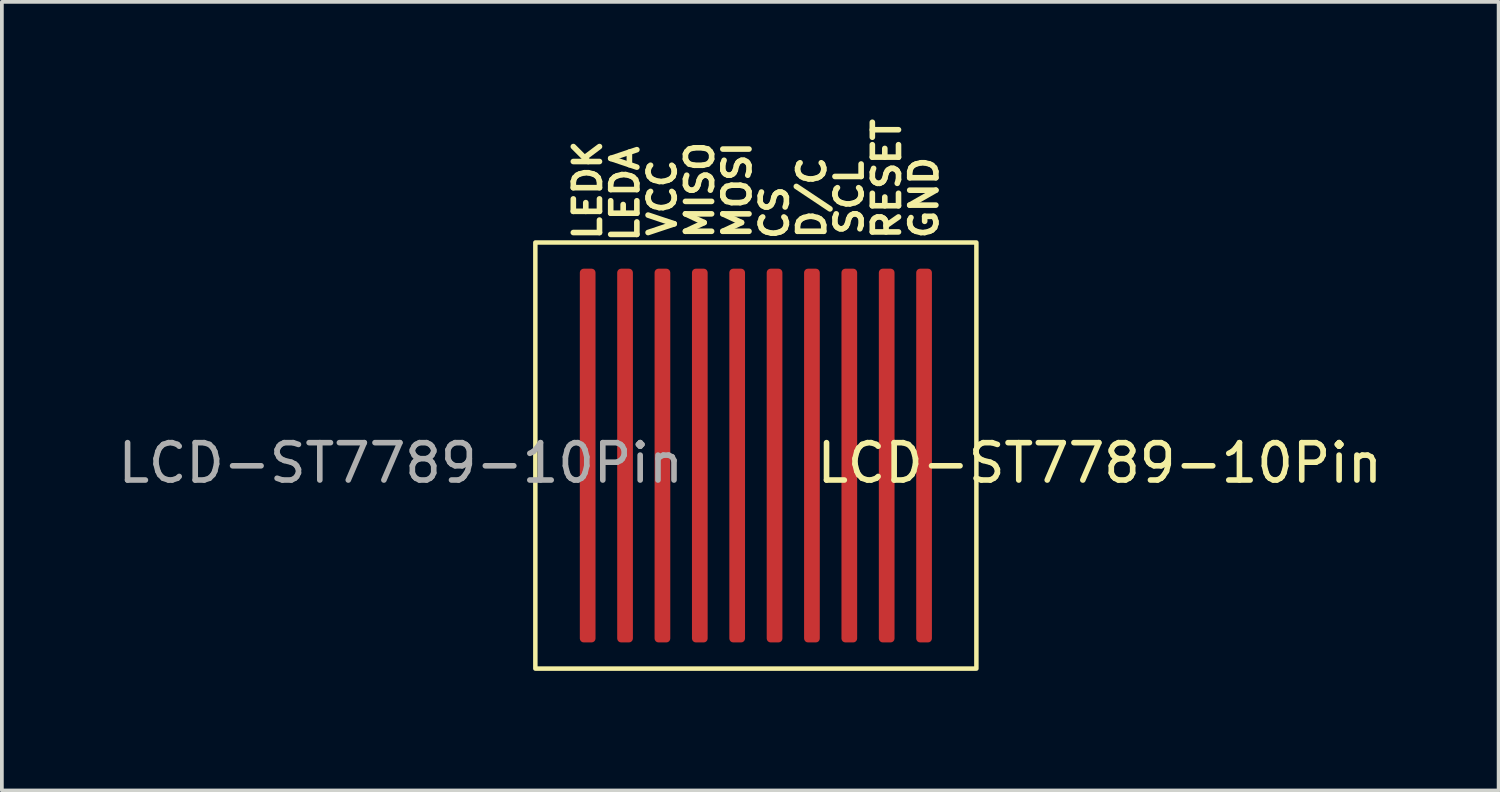
<source format=kicad_pcb>
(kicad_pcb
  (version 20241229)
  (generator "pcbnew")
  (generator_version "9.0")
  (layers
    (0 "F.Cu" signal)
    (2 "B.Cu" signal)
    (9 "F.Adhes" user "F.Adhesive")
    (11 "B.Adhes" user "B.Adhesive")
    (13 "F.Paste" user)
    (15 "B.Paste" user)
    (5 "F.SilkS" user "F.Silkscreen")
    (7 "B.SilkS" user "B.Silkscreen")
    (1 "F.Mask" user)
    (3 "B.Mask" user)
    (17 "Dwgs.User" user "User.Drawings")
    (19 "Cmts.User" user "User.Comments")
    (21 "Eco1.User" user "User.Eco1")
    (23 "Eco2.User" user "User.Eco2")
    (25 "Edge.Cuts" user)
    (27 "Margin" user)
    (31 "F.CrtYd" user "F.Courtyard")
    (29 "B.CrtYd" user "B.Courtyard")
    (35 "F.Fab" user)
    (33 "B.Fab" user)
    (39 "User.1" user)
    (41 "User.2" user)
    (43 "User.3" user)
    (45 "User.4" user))
  (footprint "LCD-ST7789-10Pin"
    (layer "F.Cu")
    (at 17.173 9.438)
    (property "Reference" "LCD-ST7789-10Pin" (at 9.2 -0.1 0) (unlocked yes) (layer "F.SilkS") (effects (font (size 1 1) (thickness 0.15))))
    (attr smd)
    (fp_rect (start -5.9 -6) (end 5.9 5.4) (stroke (width 0.12) (type solid)) (fill no) (layer "F.SilkS"))
    (fp_rect (start -6.1 -6.2) (end 6.1 5.6) (stroke (width 0.12) (type solid)) (fill no) (layer "Margin"))
    (fp_text user "GND" (at 4.5 -7.2 90) (unlocked yes) (layer "F.SilkS") (effects (font (size 0.7 0.7) (thickness 0.15))))
    (fp_text user "LEDA" (at -3.5 -7.3 90) (unlocked yes) (layer "F.SilkS") (effects (font (size 0.7 0.7) (thickness 0.15))))
    (fp_text user "RESET" (at 3.5 -7.7 90) (unlocked yes) (layer "F.SilkS") (effects (font (size 0.7 0.7) (thickness 0.15))))
    (fp_text user "SCL" (at 2.5 -7.2 90) (unlocked yes) (layer "F.SilkS") (effects (font (size 0.7 0.7) (thickness 0.15))))
    (fp_text user "D/C" (at 1.5 -7.2 90) (unlocked yes) (layer "F.SilkS") (effects (font (size 0.7 0.7) (thickness 0.15))))
    (fp_text user "LEDK" (at -4.5 -7.4 90) (unlocked yes) (layer "F.SilkS") (effects (font (size 0.7 0.7) (thickness 0.15))))
    (fp_text user "MISO" (at -1.5 -7.4 90) (unlocked yes) (layer "F.SilkS") (effects (font (size 0.7 0.7) (thickness 0.15))))
    (fp_text user "MOSI" (at -0.5 -7.4 90) (unlocked yes) (layer "F.SilkS") (effects (font (size 0.7 0.7) (thickness 0.15))))
    (fp_text user "CS" (at 0.5 -6.8 90) (unlocked yes) (layer "F.SilkS") (effects (font (size 0.7 0.7) (thickness 0.15))))
    (fp_text user "VCC" (at -2.5 -7.2 90) (unlocked yes) (layer "F.SilkS") (effects (font (size 0.7 0.7) (thickness 0.15))))
    (fp_text user "${REFERENCE}" (at -9.5 -0.1 0) (unlocked yes) (layer "F.Fab") (effects (font (size 1 1) (thickness 0.15))))
    (pad "1" smd roundrect (at 4.5 -0.3 180) (size 0.42 10) (layers "F.Cu" "F.Mask" "F.Paste") (roundrect_rratio 0.25))
    (pad "2" smd roundrect (at 3.5 -0.3 180) (size 0.42 10) (layers "F.Cu" "F.Mask" "F.Paste") (roundrect_rratio 0.25))
    (pad "3" smd roundrect (at 2.5 -0.3 180) (size 0.42 10) (layers "F.Cu" "F.Mask" "F.Paste") (roundrect_rratio 0.25))
    (pad "4" smd roundrect (at 1.5 -0.3 180) (size 0.42 10) (layers "F.Cu" "F.Mask" "F.Paste") (roundrect_rratio 0.25))
    (pad "5" smd roundrect (at 0.5 -0.3 180) (size 0.42 10) (layers "F.Cu" "F.Mask" "F.Paste") (roundrect_rratio 0.25))
    (pad "6" smd roundrect (at -0.5 -0.3 180) (size 0.42 10) (layers "F.Cu" "F.Mask" "F.Paste") (roundrect_rratio 0.25))
    (pad "7" smd roundrect (at -1.5 -0.3 180) (size 0.42 10) (layers "F.Cu" "F.Mask" "F.Paste") (roundrect_rratio 0.25))
    (pad "8" smd roundrect (at -2.5 -0.3 180) (size 0.42 10) (layers "F.Cu" "F.Mask" "F.Paste") (roundrect_rratio 0.25))
    (pad "9" smd roundrect (at -3.5 -0.3 180) (size 0.42 10) (layers "F.Cu" "F.Mask" "F.Paste") (roundrect_rratio 0.25))
    (pad "10" smd roundrect (at -4.5 -0.3 180) (size 0.42 10) (layers "F.Cu" "F.Mask" "F.Paste") (roundrect_rratio 0.25)))
  (gr_rect
    (start -3 -3)
    (end 37.045 18.098)
    (stroke (width 0.1) (type default))
    (fill no)
    (layer "Edge.Cuts")))
</source>
